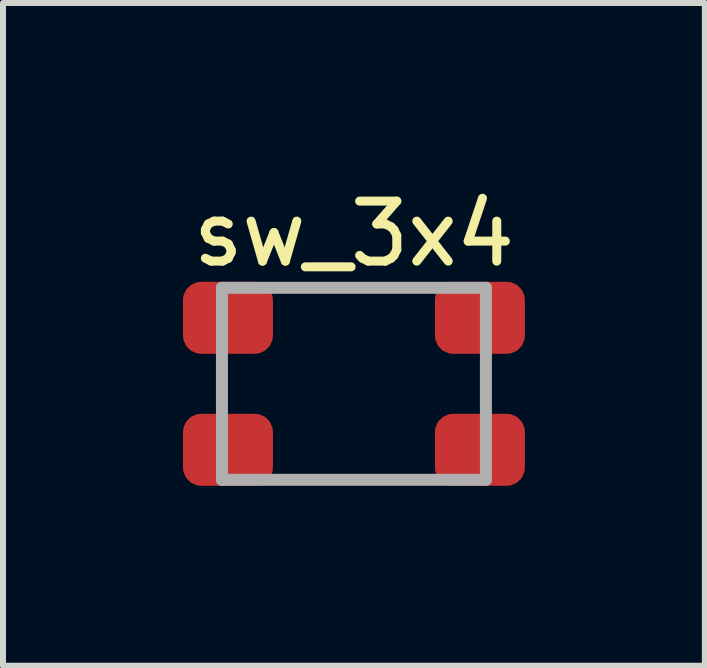
<source format=kicad_pcb>
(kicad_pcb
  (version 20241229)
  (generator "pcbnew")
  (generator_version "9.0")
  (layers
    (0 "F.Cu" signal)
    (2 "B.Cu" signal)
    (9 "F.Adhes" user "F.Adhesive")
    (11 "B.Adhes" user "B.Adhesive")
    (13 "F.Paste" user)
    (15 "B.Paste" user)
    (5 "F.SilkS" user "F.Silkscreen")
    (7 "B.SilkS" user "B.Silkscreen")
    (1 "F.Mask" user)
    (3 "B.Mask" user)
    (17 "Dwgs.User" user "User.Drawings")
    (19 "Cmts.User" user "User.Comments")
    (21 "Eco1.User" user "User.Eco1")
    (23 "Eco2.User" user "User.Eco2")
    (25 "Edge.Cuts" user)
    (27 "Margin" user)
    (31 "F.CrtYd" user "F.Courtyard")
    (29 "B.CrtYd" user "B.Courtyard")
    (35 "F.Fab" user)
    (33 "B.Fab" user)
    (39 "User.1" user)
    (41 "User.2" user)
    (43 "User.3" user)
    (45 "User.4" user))
  (footprint "sw_3x4"
    (layer "F.Cu")
    (at 2.85 3.348)
    (property "Reference" "sw_3x4" (at 0 -2.5 0) (layer "F.SilkS") (effects (font (size 1 1) (thickness 0.15))))
    (attr through_hole)
    (fp_line (start -2.2 -1.6) (end 2.2 -1.6) (stroke (width 0.2) (type solid)) (layer "F.Fab"))
    (fp_line (start -2.2 1.6) (end -2.2 -1.6) (stroke (width 0.2) (type solid)) (layer "F.Fab"))
    (fp_line (start -2.2 1.6) (end 2.2 1.6) (stroke (width 0.2) (type solid)) (layer "F.Fab"))
    (fp_line (start 2.2 1.6) (end 2.2 -1.6) (stroke (width 0.2) (type solid)) (layer "F.Fab"))
    (pad "1" smd roundrect (at -2.1 -1.1) (size 1.5 1.2) (layers "F.Cu" "F.Mask" "F.Paste") (roundrect_rratio 0.25))
    (pad "2" smd roundrect (at 2.1 -1.1) (size 1.5 1.2) (layers "F.Cu" "F.Mask" "F.Paste") (roundrect_rratio 0.25))
    (pad "3" smd roundrect (at -2.1 1.1) (size 1.5 1.2) (layers "F.Cu" "F.Mask" "F.Paste") (roundrect_rratio 0.25))
    (pad "4" smd roundrect (at 2.1 1.1) (size 1.5 1.2) (layers "F.Cu" "F.Mask" "F.Paste") (roundrect_rratio 0.25)))
  (gr_rect
    (start -3 -3)
    (end 8.7 8.048)
    (stroke (width 0.1) (type default))
    (fill no)
    (layer "Edge.Cuts")))
</source>
